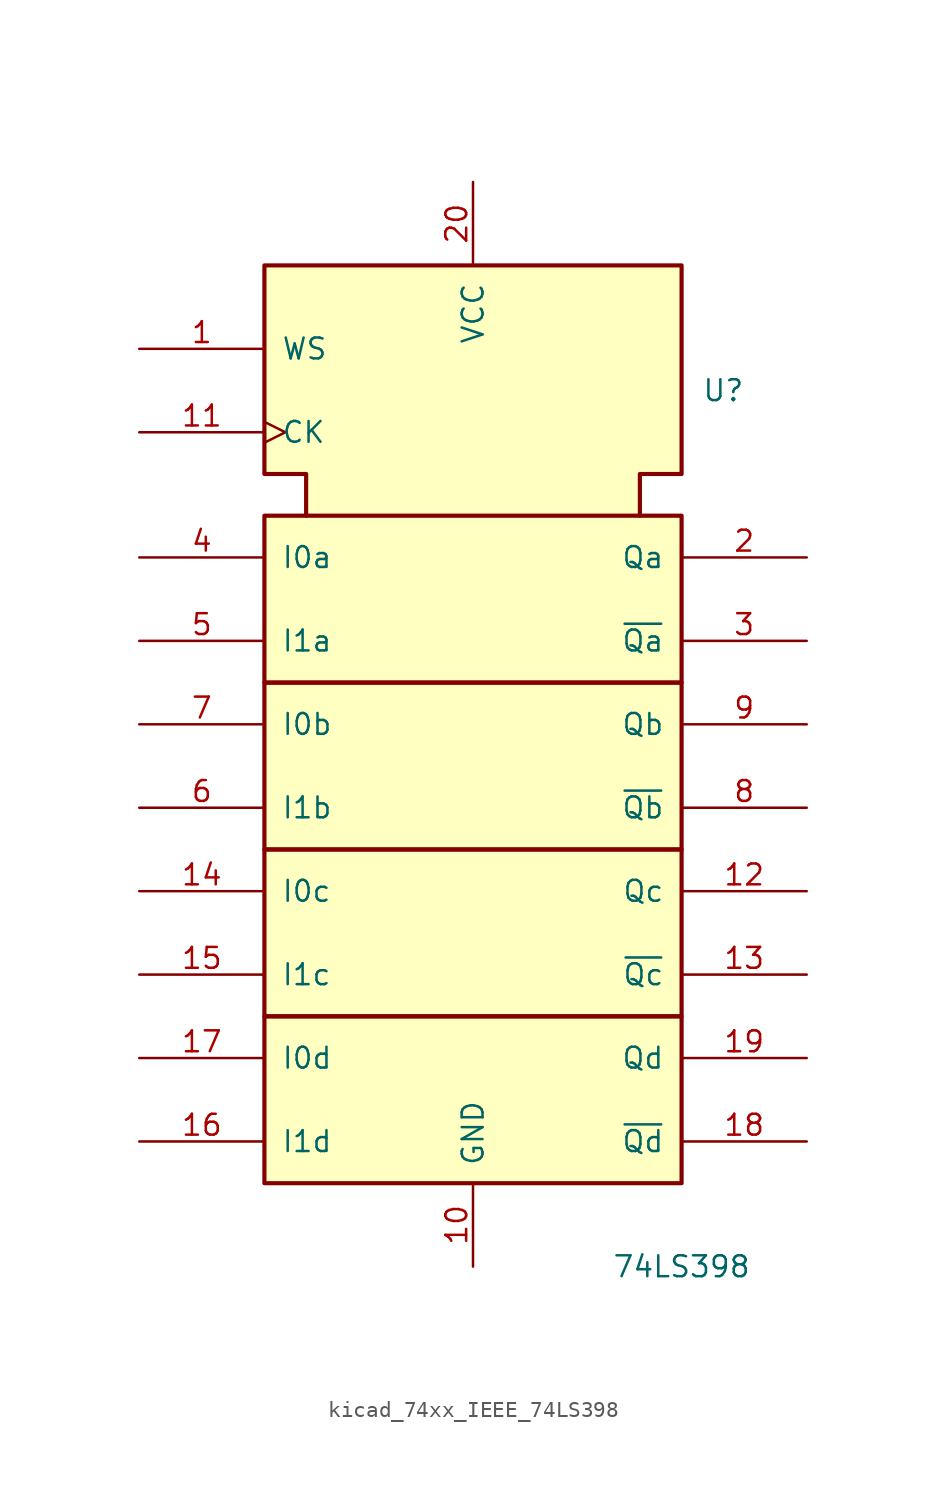
<source format=kicad_sym>
(kicad_symbol_lib
  (version 20220914)
  (generator kicad_symbol_editor)
  (symbol "kicad_74xx_IEEE_74LS398"
    (pin_names
      (offset 1.016))
    (property "Reference" "U"
      (at 15.24 20.32 0)
      (effects (font (size 1.27 1.27))))
    (property "Value" "74LS398"
      (at 12.7 -33.02 0)
      (effects (font (size 1.27 1.27))))
    (symbol "kicad_74xx_IEEE_74LS398_0_0"
      (rectangle (start -12.7 -17.78) (end 12.7 -27.94) (stroke (width 0.254) (type default)) (fill (type background)))
      (rectangle (start -12.7 -7.62) (end 12.7 -17.78) (stroke (width 0.254) (type default)) (fill (type background)))
      (rectangle (start -12.7 2.54) (end 12.7 -7.62) (stroke (width 0.254) (type default)) (fill (type background)))
      (rectangle (start -12.7 12.7) (end 12.7 2.54) (stroke (width 0.254) (type default)) (fill (type background)))
      (polyline (pts (xy -10.16 12.7) (xy -10.16 15.24) (xy -12.7 15.24) (xy -12.7 27.94) (xy 12.7 27.94) (xy 12.7 15.24) (xy 10.16 15.24) (xy 10.16 12.7) (xy 10.16 12.7)) (stroke (width 0.254) (type default)) (fill (type background)))
      (pin power_in line (at 0 -33.02 90) (length 5.08) (name "GND" (effects (font (size 1.27 1.27)))) (number "10" (effects (font (size 1.27 1.27)))))
      (pin power_in line (at 0 33.02 270) (length 5.08) (name "VCC" (effects (font (size 1.27 1.27)))) (number "20" (effects (font (size 1.27 1.27))))))
    (symbol "kicad_74xx_IEEE_74LS398_1_1"
      (pin input line (at -20.32 22.86 0) (length 7.62) (name "WS" (effects (font (size 1.27 1.27)))) (number "1" (effects (font (size 1.27 1.27)))))
      (pin input clock (at -20.32 17.78 0) (length 7.62) (name "CK" (effects (font (size 1.27 1.27)))) (number "11" (effects (font (size 1.27 1.27)))))
      (pin tri_state line (at 20.32 -10.16 180) (length 7.62) (name "Qc" (effects (font (size 1.27 1.27)))) (number "12" (effects (font (size 1.27 1.27)))))
      (pin output line (at 20.32 -15.24 180) (length 7.62) (name "~{Qc}" (effects (font (size 1.27 1.27)))) (number "13" (effects (font (size 1.27 1.27)))))
      (pin input line (at -20.32 -10.16 0) (length 7.62) (name "I0c" (effects (font (size 1.27 1.27)))) (number "14" (effects (font (size 1.27 1.27)))))
      (pin input line (at -20.32 -15.24 0) (length 7.62) (name "I1c" (effects (font (size 1.27 1.27)))) (number "15" (effects (font (size 1.27 1.27)))))
      (pin input line (at -20.32 -25.4 0) (length 7.62) (name "I1d" (effects (font (size 1.27 1.27)))) (number "16" (effects (font (size 1.27 1.27)))))
      (pin input line (at -20.32 -20.32 0) (length 7.62) (name "I0d" (effects (font (size 1.27 1.27)))) (number "17" (effects (font (size 1.27 1.27)))))
      (pin output line (at 20.32 -25.4 180) (length 7.62) (name "~{Qd}" (effects (font (size 1.27 1.27)))) (number "18" (effects (font (size 1.27 1.27)))))
      (pin tri_state line (at 20.32 -20.32 180) (length 7.62) (name "Qd" (effects (font (size 1.27 1.27)))) (number "19" (effects (font (size 1.27 1.27)))))
      (pin tri_state line (at 20.32 10.16 180) (length 7.62) (name "Qa" (effects (font (size 1.27 1.27)))) (number "2" (effects (font (size 1.27 1.27)))))
      (pin output line (at 20.32 5.08 180) (length 7.62) (name "~{Qa}" (effects (font (size 1.27 1.27)))) (number "3" (effects (font (size 1.27 1.27)))))
      (pin input line (at -20.32 10.16 0) (length 7.62) (name "I0a" (effects (font (size 1.27 1.27)))) (number "4" (effects (font (size 1.27 1.27)))))
      (pin input line (at -20.32 5.08 0) (length 7.62) (name "I1a" (effects (font (size 1.27 1.27)))) (number "5" (effects (font (size 1.27 1.27)))))
      (pin input line (at -20.32 -5.08 0) (length 7.62) (name "I1b" (effects (font (size 1.27 1.27)))) (number "6" (effects (font (size 1.27 1.27)))))
      (pin input line (at -20.32 0 0) (length 7.62) (name "I0b" (effects (font (size 1.27 1.27)))) (number "7" (effects (font (size 1.27 1.27)))))
      (pin output line (at 20.32 -5.08 180) (length 7.62) (name "~{Qb}" (effects (font (size 1.27 1.27)))) (number "8" (effects (font (size 1.27 1.27)))))
      (pin tri_state line (at 20.32 0 180) (length 7.62) (name "Qb" (effects (font (size 1.27 1.27)))) (number "9" (effects (font (size 1.27 1.27))))))))
</source>
